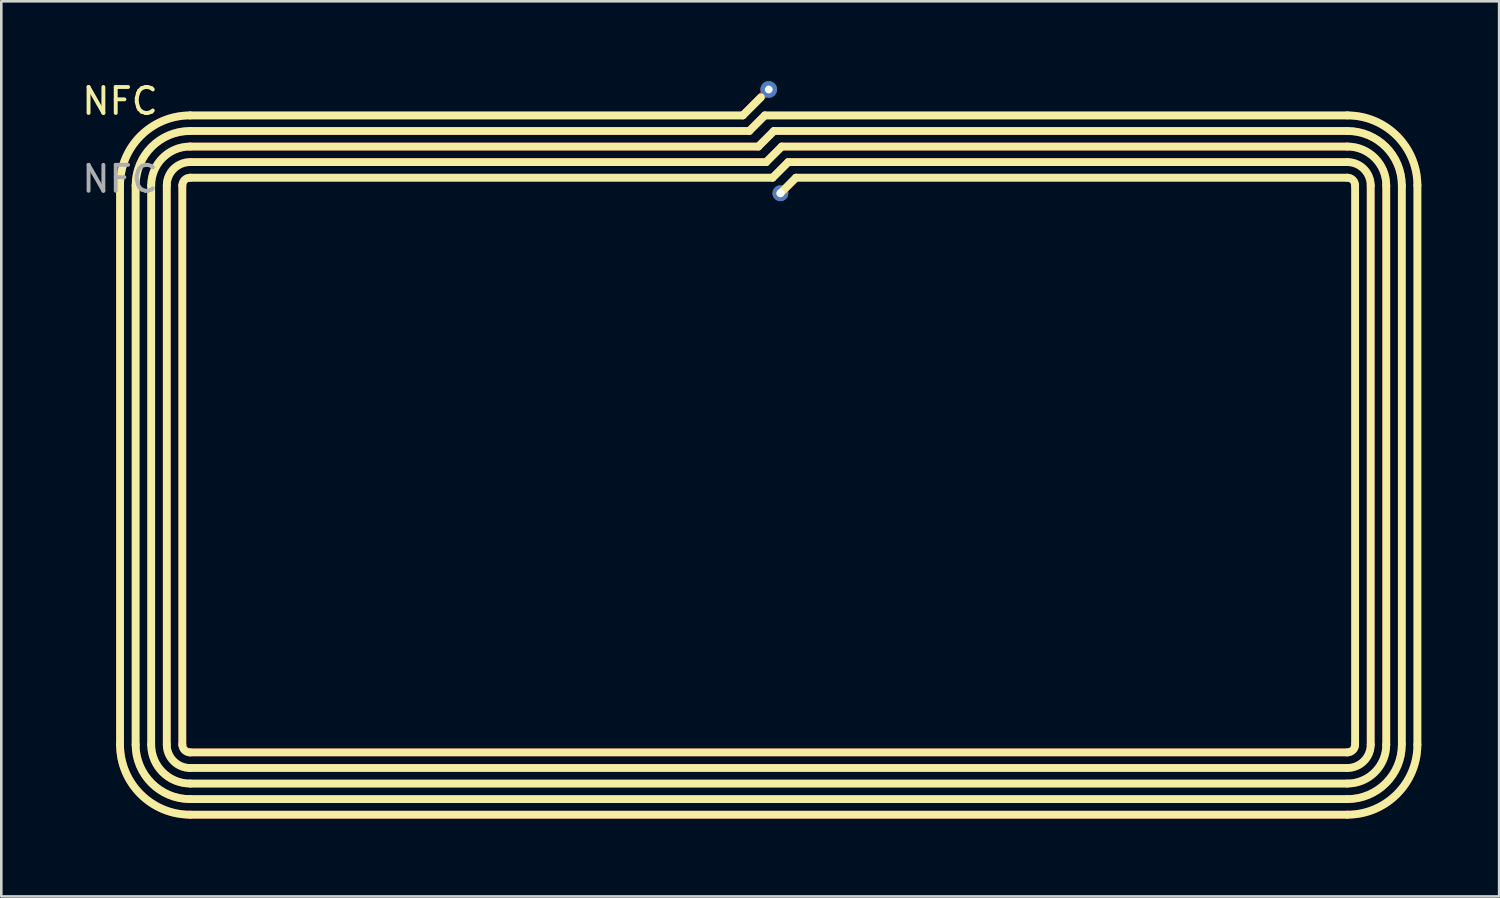
<source format=kicad_pcb>
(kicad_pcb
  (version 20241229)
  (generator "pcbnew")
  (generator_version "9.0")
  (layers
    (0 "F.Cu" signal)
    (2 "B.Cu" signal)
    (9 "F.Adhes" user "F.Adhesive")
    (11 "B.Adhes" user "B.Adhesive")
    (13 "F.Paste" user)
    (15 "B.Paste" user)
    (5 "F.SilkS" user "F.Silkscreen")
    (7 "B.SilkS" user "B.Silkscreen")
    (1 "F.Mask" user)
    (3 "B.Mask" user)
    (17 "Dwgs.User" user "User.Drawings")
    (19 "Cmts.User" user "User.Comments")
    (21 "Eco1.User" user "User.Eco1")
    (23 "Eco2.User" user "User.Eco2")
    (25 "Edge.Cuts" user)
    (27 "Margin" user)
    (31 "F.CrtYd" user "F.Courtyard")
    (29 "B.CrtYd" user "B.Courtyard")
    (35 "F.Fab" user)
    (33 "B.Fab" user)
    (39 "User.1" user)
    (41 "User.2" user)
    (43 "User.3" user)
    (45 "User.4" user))
  (footprint "NFC"
    (layer "F.Cu")
    (at 1.577 1.348)
    (property "Reference" "NFC" (at 0 -0.5 0) (unlocked yes) (layer "F.SilkS") (effects (font (size 1 1) (thickness 0.15))))
    (attr smd)
    (fp_line (start 0 2.75) (end 0.000004 24.3) (stroke (width 0.3) (type solid)) (layer "F.Cu"))
    (fp_line (start 0.6 2.75) (end 0.6 24.3) (stroke (width 0.3) (type solid)) (layer "F.Cu"))
    (fp_line (start 1.2 2.75) (end 1.2 24.3) (stroke (width 0.3) (type solid)) (layer "F.Cu"))
    (fp_line (start 1.8 24.3) (end 1.8 2.75) (stroke (width 0.3) (type solid)) (layer "F.Cu"))
    (fp_line (start 2.4 24.3) (end 2.4 2.75) (stroke (width 0.3) (type solid)) (layer "F.Cu"))
    (fp_line (start 2.7 0.65) (end 24.25 0.65) (stroke (width 0.3) (type solid)) (layer "F.Cu"))
    (fp_line (start 2.7 26.4) (end 47.3 26.4) (stroke (width 0.3) (type solid)) (layer "F.Cu"))
    (fp_line (start 2.7 0.05) (end 24 0.05) (stroke (width 0.3) (type solid)) (layer "F.Cu"))
    (fp_line (start 2.7 25.2) (end 47.3 25.2) (stroke (width 0.3) (type solid)) (layer "F.Cu"))
    (fp_line (start 2.7 27) (end 47.3 27) (stroke (width 0.3) (type solid)) (layer "F.Cu"))
    (fp_line (start 2.7 25.8) (end 47.3 25.8) (stroke (width 0.3) (type solid)) (layer "F.Cu"))
    (fp_line (start 2.75 1.85) (end 24.9 1.85) (stroke (width 0.3) (type solid)) (layer "F.Cu"))
    (fp_line (start 24.6 1.25) (end 2.7 1.25) (stroke (width 0.3) (type solid)) (layer "F.Cu"))
    (fp_line (start 24.85 0.05) (end 24.25 0.65) (stroke (width 0.3) (type solid)) (layer "F.Cu"))
    (fp_line (start 25 -0.95) (end 24 0.05) (stroke (width 0.3) (type solid)) (layer "F.Cu"))
    (fp_line (start 25.15 2.45) (end 2.7 2.45) (stroke (width 0.3) (type solid)) (layer "F.Cu"))
    (fp_line (start 25.2 0.65) (end 24.6 1.25) (stroke (width 0.3) (type solid)) (layer "F.Cu"))
    (fp_line (start 25.5 1.25) (end 24.9 1.85) (stroke (width 0.3) (type solid)) (layer "F.Cu"))
    (fp_line (start 25.5 1.25) (end 47.3 1.25) (stroke (width 0.3) (type solid)) (layer "F.Cu"))
    (fp_line (start 25.75 1.85) (end 25.15 2.45) (stroke (width 0.3) (type solid)) (layer "F.Cu"))
    (fp_line (start 26.05 2.45) (end 25.45 3.05) (stroke (width 0.3) (type solid)) (layer "F.Cu"))
    (fp_line (start 47.3 24.6) (end 2.7 24.6) (stroke (width 0.3) (type solid)) (layer "F.Cu"))
    (fp_line (start 47.3 0.65) (end 25.2 0.65) (stroke (width 0.3) (type solid)) (layer "F.Cu"))
    (fp_line (start 47.3 1.85) (end 25.75 1.85) (stroke (width 0.3) (type solid)) (layer "F.Cu"))
    (fp_line (start 47.3 2.45) (end 26.05 2.45) (stroke (width 0.3) (type solid)) (layer "F.Cu"))
    (fp_line (start 47.3 0.05) (end 24.85 0.05) (stroke (width 0.3) (type solid)) (layer "F.Cu"))
    (fp_line (start 47.6 24.3) (end 47.6 2.75) (stroke (width 0.3) (type solid)) (layer "F.Cu"))
    (fp_line (start 48.2 24.3) (end 48.2 2.75) (stroke (width 0.3) (type solid)) (layer "F.Cu"))
    (fp_line (start 48.8 2.75) (end 48.8 24.3) (stroke (width 0.3) (type solid)) (layer "F.Cu"))
    (fp_line (start 49.4 2.75) (end 49.4 24.25) (stroke (width 0.3) (type solid)) (layer "F.Cu"))
    (fp_line (start 50 2.75) (end 50 24.3) (stroke (width 0.3) (type solid)) (layer "F.Cu"))
    (fp_arc (start 0 2.75) (mid 0.790813 0.840814) (end 2.7 0.050004) (stroke (width 0.3) (type solid)) (layer "F.Cu"))
    (fp_arc (start 0.599997 2.749995) (mid 1.215074 1.265073) (end 2.699997 0.65) (stroke (width 0.3) (type solid)) (layer "F.Cu"))
    (fp_arc (start 1.199998 2.749998) (mid 1.639338 1.689339) (end 2.699998 1.25) (stroke (width 0.3) (type solid)) (layer "F.Cu"))
    (fp_arc (start 1.8 2.75) (mid 2.063604 2.113604) (end 2.7 1.85) (stroke (width 0.3) (type solid)) (layer "F.Cu"))
    (fp_arc (start 2.399999 2.75) (mid 2.487867 2.537868) (end 2.699999 2.45) (stroke (width 0.3) (type solid)) (layer "F.Cu"))
    (fp_arc (start 2.699998 26.399995) (mid 1.215076 25.784918) (end 0.600003 24.299995) (stroke (width 0.3) (type solid)) (layer "F.Cu"))
    (fp_arc (start 2.7 24.599999) (mid 2.487868 24.512131) (end 2.4 24.299999) (stroke (width 0.3) (type solid)) (layer "F.Cu"))
    (fp_arc (start 2.7 25.199997) (mid 2.063604 24.936393) (end 1.8 24.299997) (stroke (width 0.3) (type solid)) (layer "F.Cu"))
    (fp_arc (start 2.7 26.99999) (mid 0.790814 26.209177) (end 0.000004 24.29999) (stroke (width 0.3) (type solid)) (layer "F.Cu"))
    (fp_arc (start 2.700001 25.799993) (mid 1.639342 25.360653) (end 1.200003 24.299993) (stroke (width 0.3) (type solid)) (layer "F.Cu"))
    (fp_arc (start 47.3 0.650009) (mid 48.784922 1.265086) (end 49.399995 2.750009) (stroke (width 0.3) (type solid)) (layer "F.Cu"))
    (fp_arc (start 47.3 1.850003) (mid 47.936396 2.113607) (end 48.2 2.750003) (stroke (width 0.3) (type solid)) (layer "F.Cu"))
    (fp_arc (start 47.3 2.450001) (mid 47.512132 2.537869) (end 47.6 2.750001) (stroke (width 0.3) (type solid)) (layer "F.Cu"))
    (fp_arc (start 47.300001 1.250003) (mid 48.36066 1.689343) (end 48.799999 2.750003) (stroke (width 0.3) (type solid)) (layer "F.Cu"))
    (fp_arc (start 47.300002 0.050005) (mid 49.209188 0.840818) (end 49.999998 2.750005) (stroke (width 0.3) (type solid)) (layer "F.Cu"))
    (fp_arc (start 47.599999 24.3) (mid 47.512131 24.512132) (end 47.299999 24.6) (stroke (width 0.3) (type solid)) (layer "F.Cu"))
    (fp_arc (start 48.199997 24.3) (mid 47.936393 24.936396) (end 47.299997 25.2) (stroke (width 0.3) (type solid)) (layer "F.Cu"))
    (fp_arc (start 48.799997 24.300001) (mid 48.360657 25.36066) (end 47.299997 25.799999) (stroke (width 0.3) (type solid)) (layer "F.Cu"))
    (fp_arc (start 49.399995 24.300002) (mid 48.784918 25.784924) (end 47.299995 26.399997) (stroke (width 0.3) (type solid)) (layer "F.Cu"))
    (fp_arc (start 49.999991 24.3) (mid 49.209178 26.209186) (end 47.299991 26.999996) (stroke (width 0.3) (type solid)) (layer "F.Cu"))
    (fp_line (start 0 2.75) (end 0.000004 24.3) (stroke (width 0.3) (type solid)) (layer "F.SilkS"))
    (fp_line (start 0.6 2.75) (end 0.6 24.3) (stroke (width 0.3) (type solid)) (layer "F.SilkS"))
    (fp_line (start 1.2 2.75) (end 1.2 24.3) (stroke (width 0.3) (type solid)) (layer "F.SilkS"))
    (fp_line (start 1.8 24.3) (end 1.8 2.75) (stroke (width 0.3) (type solid)) (layer "F.SilkS"))
    (fp_line (start 2.4 24.3) (end 2.4 2.75) (stroke (width 0.3) (type solid)) (layer "F.SilkS"))
    (fp_line (start 2.7 0.65) (end 24.25 0.65) (stroke (width 0.3) (type solid)) (layer "F.SilkS"))
    (fp_line (start 2.7 26.4) (end 47.3 26.4) (stroke (width 0.3) (type solid)) (layer "F.SilkS"))
    (fp_line (start 2.7 0.05) (end 24 0.05) (stroke (width 0.3) (type solid)) (layer "F.SilkS"))
    (fp_line (start 2.7 25.2) (end 47.3 25.2) (stroke (width 0.3) (type solid)) (layer "F.SilkS"))
    (fp_line (start 2.7 27) (end 47.3 27) (stroke (width 0.3) (type solid)) (layer "F.SilkS"))
    (fp_line (start 2.7 25.8) (end 47.3 25.8) (stroke (width 0.3) (type solid)) (layer "F.SilkS"))
    (fp_line (start 2.75 1.85) (end 24.9 1.85) (stroke (width 0.3) (type solid)) (layer "F.SilkS"))
    (fp_line (start 24.6 1.25) (end 2.7 1.25) (stroke (width 0.3) (type solid)) (layer "F.SilkS"))
    (fp_line (start 24.7 -0.65) (end 24 0.05) (stroke (width 0.3) (type solid)) (layer "F.SilkS"))
    (fp_line (start 24.85 0.05) (end 24.25 0.65) (stroke (width 0.3) (type solid)) (layer "F.SilkS"))
    (fp_line (start 25.15 2.45) (end 2.7 2.45) (stroke (width 0.3) (type solid)) (layer "F.SilkS"))
    (fp_line (start 25.2 0.65) (end 24.6 1.25) (stroke (width 0.3) (type solid)) (layer "F.SilkS"))
    (fp_line (start 25.5 1.25) (end 24.9 1.85) (stroke (width 0.3) (type solid)) (layer "F.SilkS"))
    (fp_line (start 25.5 1.25) (end 47.3 1.25) (stroke (width 0.3) (type solid)) (layer "F.SilkS"))
    (fp_line (start 25.75 1.85) (end 25.15 2.45) (stroke (width 0.3) (type solid)) (layer "F.SilkS"))
    (fp_line (start 26.05 2.45) (end 25.45 3.05) (stroke (width 0.3) (type solid)) (layer "F.SilkS"))
    (fp_line (start 47.3 24.6) (end 2.7 24.6) (stroke (width 0.3) (type solid)) (layer "F.SilkS"))
    (fp_line (start 47.3 0.65) (end 25.2 0.65) (stroke (width 0.3) (type solid)) (layer "F.SilkS"))
    (fp_line (start 47.3 1.85) (end 25.75 1.85) (stroke (width 0.3) (type solid)) (layer "F.SilkS"))
    (fp_line (start 47.3 2.45) (end 26.05 2.45) (stroke (width 0.3) (type solid)) (layer "F.SilkS"))
    (fp_line (start 47.3 0.05) (end 24.85 0.05) (stroke (width 0.3) (type solid)) (layer "F.SilkS"))
    (fp_line (start 47.6 24.3) (end 47.6 2.75) (stroke (width 0.3) (type solid)) (layer "F.SilkS"))
    (fp_line (start 48.2 24.3) (end 48.2 2.75) (stroke (width 0.3) (type solid)) (layer "F.SilkS"))
    (fp_line (start 48.8 2.75) (end 48.8 24.3) (stroke (width 0.3) (type solid)) (layer "F.SilkS"))
    (fp_line (start 49.4 2.75) (end 49.4 24.25) (stroke (width 0.3) (type solid)) (layer "F.SilkS"))
    (fp_line (start 50 2.75) (end 50 24.3) (stroke (width 0.3) (type solid)) (layer "F.SilkS"))
    (fp_arc (start 0 2.749996) (mid 0.790813 0.84081) (end 2.7 0.05) (stroke (width 0.3) (type solid)) (layer "F.SilkS"))
    (fp_arc (start 0.599997 2.749995) (mid 1.215074 1.265073) (end 2.699997 0.65) (stroke (width 0.3) (type solid)) (layer "F.SilkS"))
    (fp_arc (start 1.199998 2.749998) (mid 1.639338 1.689339) (end 2.699998 1.25) (stroke (width 0.3) (type solid)) (layer "F.SilkS"))
    (fp_arc (start 1.8 2.75) (mid 2.063604 2.113605) (end 2.7 1.85) (stroke (width 0.3) (type solid)) (layer "F.SilkS"))
    (fp_arc (start 2.399999 2.75) (mid 2.487867 2.537868) (end 2.699999 2.45) (stroke (width 0.3) (type solid)) (layer "F.SilkS"))
    (fp_arc (start 2.699998 26.399995) (mid 1.215076 25.784918) (end 0.600003 24.299995) (stroke (width 0.3) (type solid)) (layer "F.SilkS"))
    (fp_arc (start 2.7 24.599999) (mid 2.487868 24.512131) (end 2.4 24.299999) (stroke (width 0.3) (type solid)) (layer "F.SilkS"))
    (fp_arc (start 2.7 25.199997) (mid 2.063605 24.936393) (end 1.8 24.299997) (stroke (width 0.3) (type solid)) (layer "F.SilkS"))
    (fp_arc (start 2.7 26.99999) (mid 0.790814 26.209177) (end 0.000004 24.29999) (stroke (width 0.3) (type solid)) (layer "F.SilkS"))
    (fp_arc (start 2.700001 25.799993) (mid 1.639342 25.360653) (end 1.200003 24.299993) (stroke (width 0.3) (type solid)) (layer "F.SilkS"))
    (fp_arc (start 47.3 0.650009) (mid 48.784922 1.265086) (end 49.399995 2.750009) (stroke (width 0.3) (type solid)) (layer "F.SilkS"))
    (fp_arc (start 47.3 1.850003) (mid 47.936395 2.113607) (end 48.2 2.750003) (stroke (width 0.3) (type solid)) (layer "F.SilkS"))
    (fp_arc (start 47.3 2.450001) (mid 47.512132 2.537869) (end 47.6 2.750001) (stroke (width 0.3) (type solid)) (layer "F.SilkS"))
    (fp_arc (start 47.300001 1.250003) (mid 48.36066 1.689343) (end 48.799999 2.750003) (stroke (width 0.3) (type solid)) (layer "F.SilkS"))
    (fp_arc (start 47.300002 0.050005) (mid 49.209188 0.840818) (end 49.999998 2.750005) (stroke (width 0.3) (type solid)) (layer "F.SilkS"))
    (fp_arc (start 47.599999 24.3) (mid 47.512131 24.512132) (end 47.299999 24.6) (stroke (width 0.3) (type solid)) (layer "F.SilkS"))
    (fp_arc (start 48.199997 24.3) (mid 47.936393 24.936395) (end 47.299997 25.2) (stroke (width 0.3) (type solid)) (layer "F.SilkS"))
    (fp_arc (start 48.799997 24.300001) (mid 48.360657 25.36066) (end 47.299997 25.799999) (stroke (width 0.3) (type solid)) (layer "F.SilkS"))
    (fp_arc (start 49.399995 24.300002) (mid 48.784918 25.784924) (end 47.299995 26.399997) (stroke (width 0.3) (type solid)) (layer "F.SilkS"))
    (fp_arc (start 49.999991 24.3) (mid 49.209178 26.209186) (end 47.299991 26.999996) (stroke (width 0.3) (type solid)) (layer "F.SilkS"))
    (fp_text user "${REFERENCE}" (at 0 2.5 0) (unlocked yes) (layer "F.Fab") (effects (font (size 1 1) (thickness 0.15))))
    (pad "1" thru_hole circle (at 25 -0.95) (size 0.64 0.64) (drill 0.3) (layers "*.Cu"))
    (pad "2" thru_hole circle (at 25.45 3.05) (size 0.61 0.61) (drill 0.3) (layers "*.Cu")))
  (gr_rect
    (start -3 -3)
    (end 54.727 31.498)
    (stroke (width 0.1) (type default))
    (fill no)
    (layer "Edge.Cuts")))
</source>
